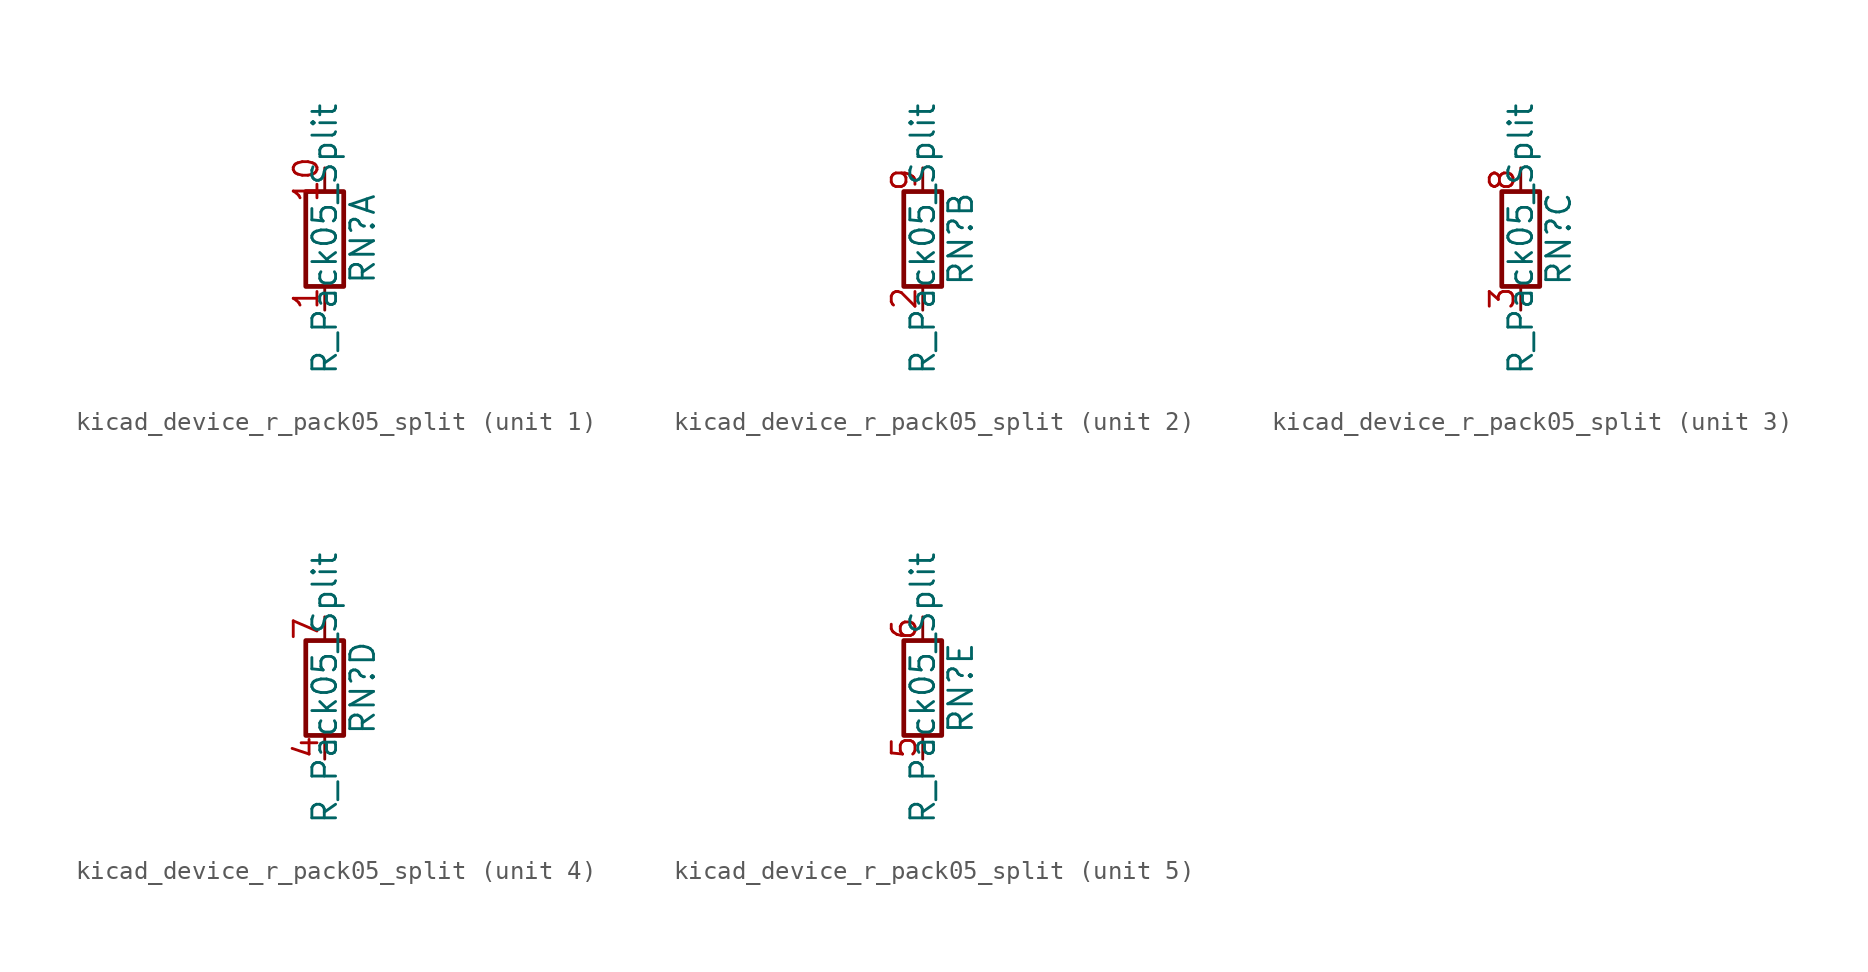
<source format=kicad_sym>
(kicad_symbol_lib
  (version 20220914)
  (generator kicad_symbol_editor)
  (symbol "kicad_device_r_pack05_split"
    (pin_names
      (offset 0) hide)
    (property "Reference" "RN"
      (at 2.032 0 90)
      (effects (font (size 1.27 1.27))))
    (property "Value" "R_Pack05_Split"
      (at 0 0 90)
      (effects (font (size 1.27 1.27))))
    (symbol "kicad_device_r_pack05_split_0_1"
      (rectangle (start 1.016 2.54) (end -1.016 -2.54) (stroke (width 0.254) (type default)) (fill (type none))))
    (symbol "kicad_device_r_pack05_split_1_1"
      (pin passive line (at 0 -3.81 90) (length 1.27) (name "R1.1" (effects (font (size 1.27 1.27)))) (number "1" (effects (font (size 1.27 1.27)))))
      (pin passive line (at 0 3.81 270) (length 1.27) (name "R1.2" (effects (font (size 1.27 1.27)))) (number "10" (effects (font (size 1.27 1.27))))))
    (symbol "kicad_device_r_pack05_split_2_1"
      (pin passive line (at 0 -3.81 90) (length 1.27) (name "R2.1" (effects (font (size 1.27 1.27)))) (number "2" (effects (font (size 1.27 1.27)))))
      (pin passive line (at 0 3.81 270) (length 1.27) (name "R2.2" (effects (font (size 1.27 1.27)))) (number "9" (effects (font (size 1.27 1.27))))))
    (symbol "kicad_device_r_pack05_split_3_1"
      (pin passive line (at 0 -3.81 90) (length 1.27) (name "R3.1" (effects (font (size 1.27 1.27)))) (number "3" (effects (font (size 1.27 1.27)))))
      (pin passive line (at 0 3.81 270) (length 1.27) (name "R3.2" (effects (font (size 1.27 1.27)))) (number "8" (effects (font (size 1.27 1.27))))))
    (symbol "kicad_device_r_pack05_split_4_1"
      (pin passive line (at 0 -3.81 90) (length 1.27) (name "R4.1" (effects (font (size 1.27 1.27)))) (number "4" (effects (font (size 1.27 1.27)))))
      (pin passive line (at 0 3.81 270) (length 1.27) (name "R4.2" (effects (font (size 1.27 1.27)))) (number "7" (effects (font (size 1.27 1.27))))))
    (symbol "kicad_device_r_pack05_split_5_1"
      (pin passive line (at 0 -3.81 90) (length 1.27) (name "R5.1" (effects (font (size 1.27 1.27)))) (number "5" (effects (font (size 1.27 1.27)))))
      (pin passive line (at 0 3.81 270) (length 1.27) (name "R5.2" (effects (font (size 1.27 1.27)))) (number "6" (effects (font (size 1.27 1.27))))))))
</source>
